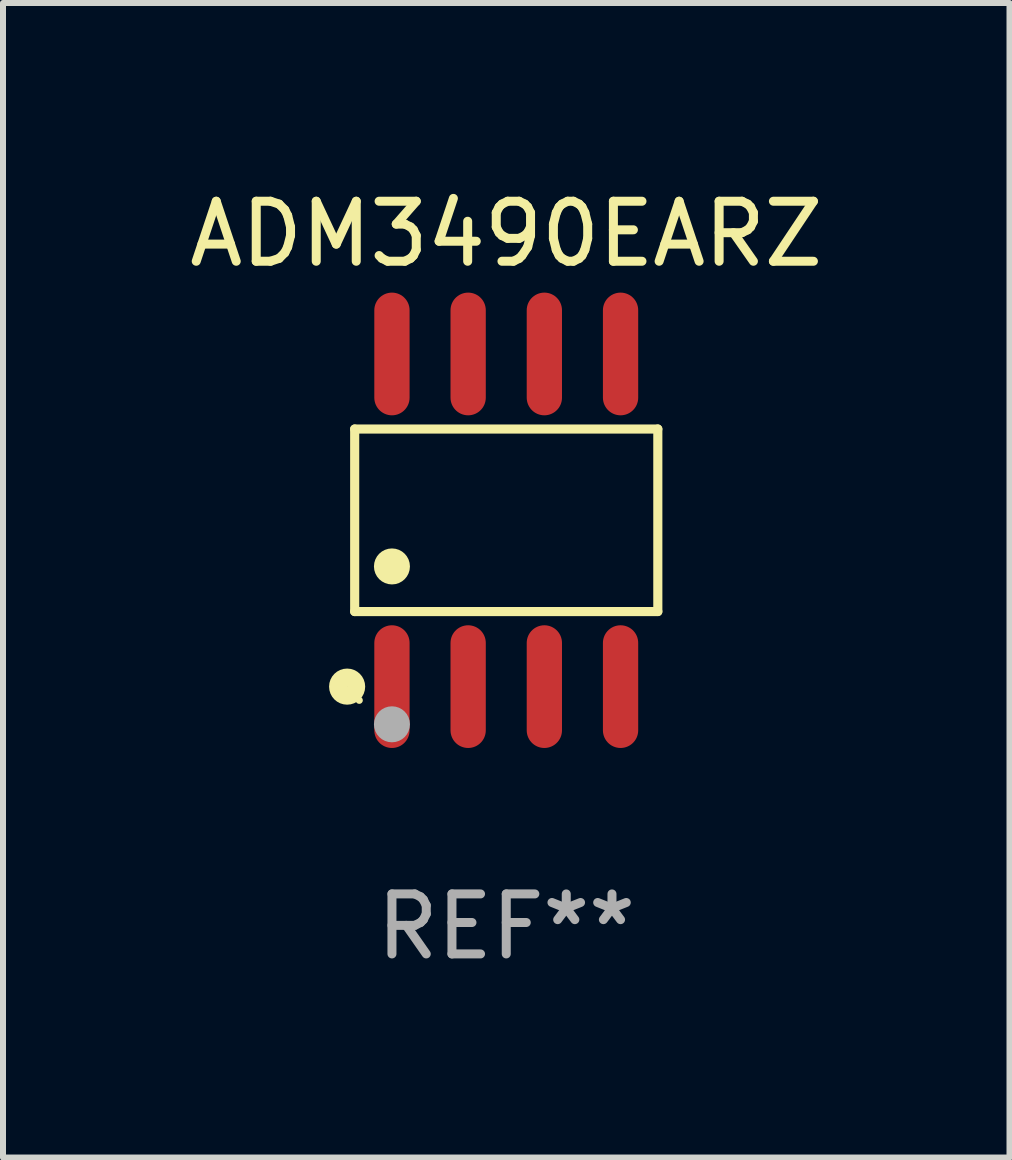
<source format=kicad_pcb>
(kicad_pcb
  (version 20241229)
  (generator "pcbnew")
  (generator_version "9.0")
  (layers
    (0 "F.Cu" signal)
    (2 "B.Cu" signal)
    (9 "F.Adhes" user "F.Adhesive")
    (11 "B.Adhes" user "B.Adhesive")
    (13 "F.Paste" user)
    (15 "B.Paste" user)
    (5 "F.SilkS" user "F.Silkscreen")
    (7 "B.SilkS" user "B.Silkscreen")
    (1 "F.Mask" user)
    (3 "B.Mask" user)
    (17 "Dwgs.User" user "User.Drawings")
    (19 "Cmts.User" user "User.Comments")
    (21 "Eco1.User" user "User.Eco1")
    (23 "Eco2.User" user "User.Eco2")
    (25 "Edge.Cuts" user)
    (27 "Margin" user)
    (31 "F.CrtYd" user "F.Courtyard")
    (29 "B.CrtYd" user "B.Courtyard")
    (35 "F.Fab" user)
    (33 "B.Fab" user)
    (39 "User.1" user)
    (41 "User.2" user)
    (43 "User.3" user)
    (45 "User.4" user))
  (footprint "ADM3490EARZ"
    (layer "F.Cu")
    (at 5.387 5.621)
    (property "Reference" "ADM3490EARZ" (at 0 -4.772 0) (layer "F.SilkS") (effects (font (size 1 1) (thickness 0.15))))
    (attr through_hole)
    (fp_line (start -2.526 -1.521) (end 2.526 -1.521) (stroke (width 0.152) (type solid)) (layer "F.SilkS"))
    (fp_line (start -2.526 1.521) (end -2.526 -1.521) (stroke (width 0.152) (type solid)) (layer "F.SilkS"))
    (fp_line (start 2.526 -1.521) (end 2.526 1.521) (stroke (width 0.152) (type solid)) (layer "F.SilkS"))
    (fp_line (start 2.526 1.521) (end -2.526 1.521) (stroke (width 0.152) (type solid)) (layer "F.SilkS"))
    (fp_circle (center -2.652 2.772) (end -2.501 2.772) (stroke (width 0.3) (type solid)) (fill no) (layer "F.SilkS"))
    (fp_circle (center -2.45 3) (end -2.42 3) (stroke (width 0.06) (type solid)) (fill no) (layer "F.SilkS"))
    (fp_circle (center -1.905 0.769) (end -1.755 0.769) (stroke (width 0.3) (type solid)) (fill no) (layer "F.SilkS"))
    (fp_circle (center -1.905 3.4) (end -1.755 3.4) (stroke (width 0.3) (type solid)) (fill no) (layer "F.Fab"))
    (fp_text user "REF**" (at 0 6.772 0) (layer "F.Fab") (effects (font (size 1 1) (thickness 0.15))))
    (pad "1" smd oval (at -1.905 2.772) (size 0.588 2.045) (layers "F.Cu" "F.Mask" "F.Paste"))
    (pad "2" smd oval (at -0.635 2.772) (size 0.588 2.045) (layers "F.Cu" "F.Mask" "F.Paste"))
    (pad "3" smd oval (at 0.635 2.772) (size 0.588 2.045) (layers "F.Cu" "F.Mask" "F.Paste"))
    (pad "4" smd oval (at 1.905 2.772) (size 0.588 2.045) (layers "F.Cu" "F.Mask" "F.Paste"))
    (pad "5" smd oval (at 1.905 -2.772) (size 0.588 2.045) (layers "F.Cu" "F.Mask" "F.Paste"))
    (pad "6" smd oval (at 0.635 -2.772) (size 0.588 2.045) (layers "F.Cu" "F.Mask" "F.Paste"))
    (pad "7" smd oval (at -0.635 -2.772) (size 0.588 2.045) (layers "F.Cu" "F.Mask" "F.Paste"))
    (pad "8" smd oval (at -1.905 -2.772) (size 0.588 2.045) (layers "F.Cu" "F.Mask" "F.Paste")))
  (gr_rect
    (start -3 -3)
    (end 13.774 16.241)
    (stroke (width 0.1) (type default))
    (fill no)
    (layer "Edge.Cuts")))
</source>
